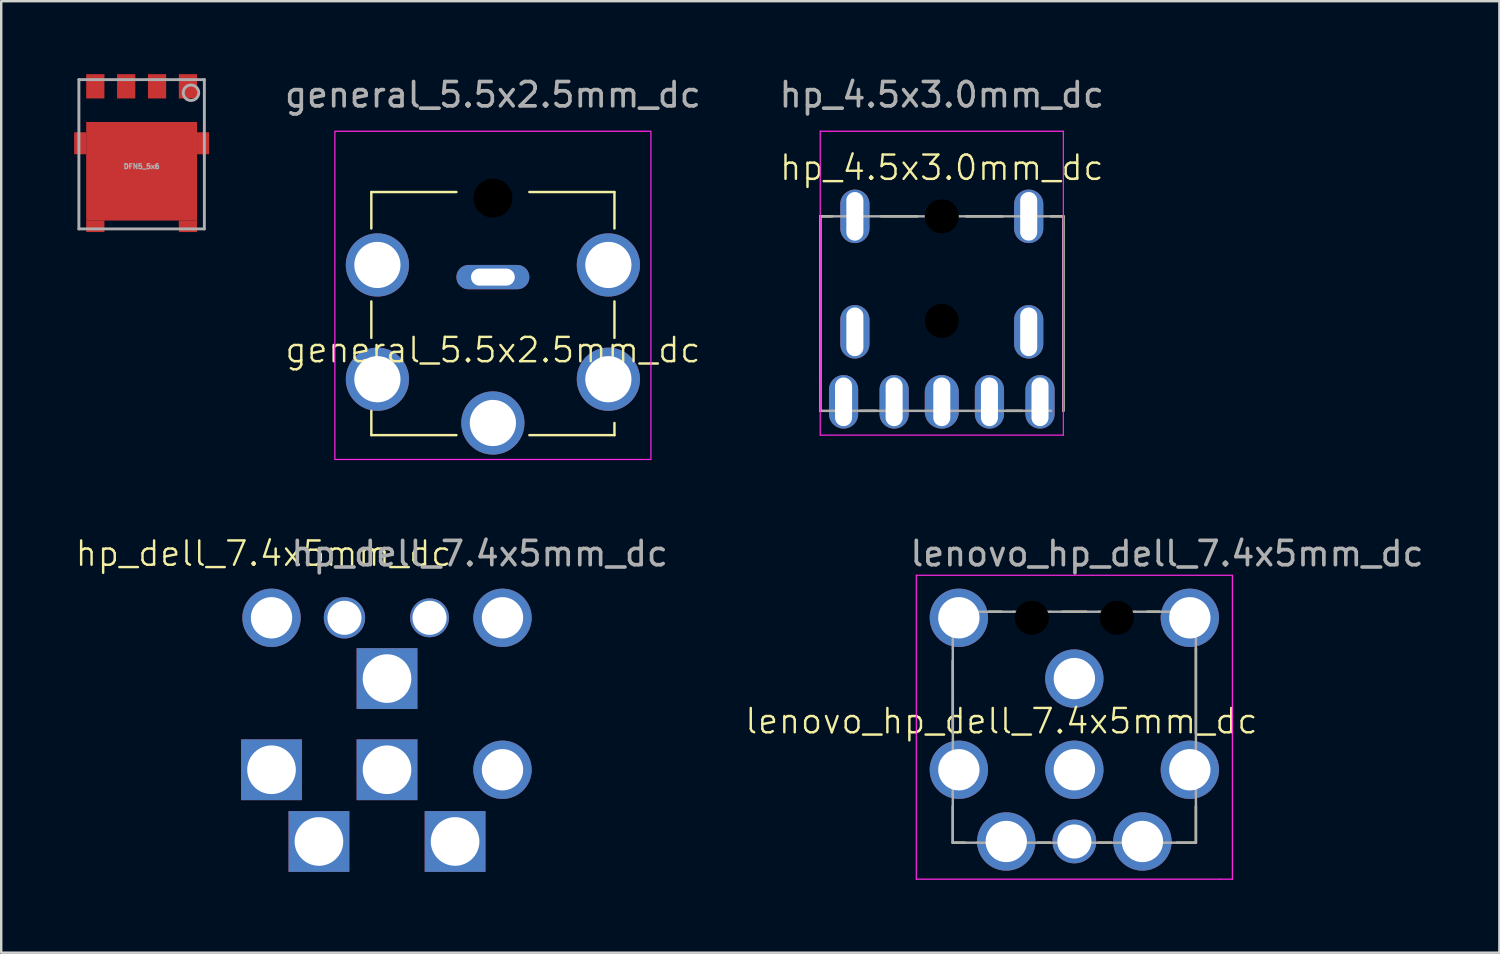
<source format=kicad_pcb>
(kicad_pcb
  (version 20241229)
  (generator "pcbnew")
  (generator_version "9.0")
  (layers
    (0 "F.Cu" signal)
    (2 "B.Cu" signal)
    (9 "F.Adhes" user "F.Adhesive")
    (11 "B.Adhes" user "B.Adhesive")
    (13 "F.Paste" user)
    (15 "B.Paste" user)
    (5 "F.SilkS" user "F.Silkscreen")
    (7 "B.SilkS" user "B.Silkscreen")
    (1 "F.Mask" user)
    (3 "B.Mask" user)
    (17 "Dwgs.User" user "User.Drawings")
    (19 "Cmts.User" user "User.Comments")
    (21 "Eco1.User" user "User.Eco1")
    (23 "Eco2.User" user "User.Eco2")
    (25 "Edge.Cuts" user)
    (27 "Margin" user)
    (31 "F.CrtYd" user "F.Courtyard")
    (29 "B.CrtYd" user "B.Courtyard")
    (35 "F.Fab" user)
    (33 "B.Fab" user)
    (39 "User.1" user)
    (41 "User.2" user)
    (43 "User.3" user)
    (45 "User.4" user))
  (footprint "lenovo_hp_dell_7.4x5mm_dc"
    (layer "F.Cu")
    (at 41.139 28.611)
    (property "Reference" "lenovo_hp_dell_7.4x5mm_dc" (at -3 -2 0) (unlocked yes) (layer "F.SilkS") (effects (font (size 1 1) (thickness 0.1))))
    (attr through_hole)
    (fp_line (start -5 -1.5) (end -5 -4.5) (stroke (width 0.1) (type default)) (layer "F.SilkS"))
    (fp_line (start -5 1.5) (end -5 3) (stroke (width 0.1) (type default)) (layer "F.SilkS"))
    (fp_line (start -5 3) (end -4.5 3) (stroke (width 0.1) (type default)) (layer "F.SilkS"))
    (fp_line (start -3.5 -6.5) (end -3 -6.5) (stroke (width 0.1) (type default)) (layer "F.SilkS"))
    (fp_line (start -1 3) (end -1.5 3) (stroke (width 0.1) (type default)) (layer "F.SilkS"))
    (fp_line (start -0.5 -6.5) (end 0.5 -6.5) (stroke (width 0.1) (type default)) (layer "F.SilkS"))
    (fp_line (start 1.5 3) (end 1 3) (stroke (width 0.1) (type default)) (layer "F.SilkS"))
    (fp_line (start 3 -6.5) (end 3.5 -6.5) (stroke (width 0.1) (type default)) (layer "F.SilkS"))
    (fp_line (start 5 -5) (end 5 -1.5) (stroke (width 0.1) (type default)) (layer "F.SilkS"))
    (fp_line (start 5 1.5) (end 5 3) (stroke (width 0.1) (type default)) (layer "F.SilkS"))
    (fp_line (start 5 3) (end 4.209 3) (stroke (width 0.1) (type default)) (layer "F.SilkS"))
    (fp_line (start -6.5 -8) (end -6.5 4.5) (stroke (width 0.05) (type default)) (layer "F.CrtYd"))
    (fp_line (start -6.5 -8) (end 6.5 -8) (stroke (width 0.05) (type default)) (layer "F.CrtYd"))
    (fp_line (start -6.5 4.5) (end 6 4.5) (stroke (width 0.05) (type default)) (layer "F.CrtYd"))
    (fp_line (start 6.5 -8) (end 6.5 4.5) (stroke (width 0.05) (type default)) (layer "F.CrtYd"))
    (fp_line (start 6.5 4.5) (end 6 4.5) (stroke (width 0.05) (type default)) (layer "F.CrtYd"))
    (fp_line (start -5 -6.5) (end -5 -5) (stroke (width 0.1) (type default)) (layer "F.Fab"))
    (fp_line (start -5 -5) (end -4.996 -1.251) (stroke (width 0.1) (type default)) (layer "F.Fab"))
    (fp_line (start -5 1) (end -5 3) (stroke (width 0.1) (type default)) (layer "F.Fab"))
    (fp_line (start -5 3) (end -4 3) (stroke (width 0.1) (type default)) (layer "F.Fab"))
    (fp_line (start -4.996 -1.251) (end -5 1) (stroke (width 0.1) (type default)) (layer "F.Fab"))
    (fp_line (start -4 3) (end -1.5 3) (stroke (width 0.1) (type default)) (layer "F.Fab"))
    (fp_line (start -3.5 -6.5) (end -5 -6.5) (stroke (width 0.1) (type default)) (layer "F.Fab"))
    (fp_line (start -2.5 -6.5) (end -3.5 -6.5) (stroke (width 0.1) (type default)) (layer "F.Fab"))
    (fp_line (start -1.5 3) (end -1 3) (stroke (width 0.1) (type default)) (layer "F.Fab"))
    (fp_line (start -1 -6.5) (end -2.5 -6.5) (stroke (width 0.1) (type default)) (layer "F.Fab"))
    (fp_line (start -1 3) (end 1 3) (stroke (width 0.1) (type default)) (layer "F.Fab"))
    (fp_line (start 1 -6.5) (end -1 -6.5) (stroke (width 0.1) (type default)) (layer "F.Fab"))
    (fp_line (start 1 3) (end 1.5 3) (stroke (width 0.1) (type default)) (layer "F.Fab"))
    (fp_line (start 1.5 3) (end 4 3) (stroke (width 0.1) (type default)) (layer "F.Fab"))
    (fp_line (start 2.5 -6.5) (end 1 -6.5) (stroke (width 0.1) (type default)) (layer "F.Fab"))
    (fp_line (start 4 3) (end 5 3) (stroke (width 0.1) (type default)) (layer "F.Fab"))
    (fp_line (start 5 -6.5) (end 2.5 -6.5) (stroke (width 0.1) (type default)) (layer "F.Fab"))
    (fp_line (start 5 -5) (end 5 -6.5) (stroke (width 0.1) (type default)) (layer "F.Fab"))
    (fp_line (start 5 -1) (end 5 -5) (stroke (width 0.1) (type default)) (layer "F.Fab"))
    (fp_line (start 5 1) (end 5 -1) (stroke (width 0.1) (type default)) (layer "F.Fab"))
    (fp_line (start 5 3) (end 5 1) (stroke (width 0.1) (type default)) (layer "F.Fab"))
    (fp_text user "${REFERENCE}" (at 3.81 -8.89 0) (unlocked yes) (layer "F.Fab") (effects (font (size 1 1) (thickness 0.15))))
    (pad "" np_thru_hole circle (at -1.75 -6.25) (size 1.7 1.7) (drill 1.4) (layers "*.Mask"))
    (pad "" np_thru_hole circle (at 1.75 -6.25) (size 1.7 1.7) (drill 1.4) (layers "*.Mask"))
    (pad "1" thru_hole circle (at -4.75 -6.25) (size 2.4 2.4) (drill 1.7) (layers "*.Cu" "*.Mask"))
    (pad "1" thru_hole circle (at -4.75 0) (size 2.4 2.4) (drill 1.7) (layers "*.Cu" "*.Mask"))
    (pad "1" thru_hole circle (at 4.75 -6.25) (size 2.4 2.4) (drill 1.7) (layers "*.Cu" "*.Mask"))
    (pad "1" thru_hole circle (at 4.75 0) (size 2.4 2.4) (drill 1.7) (layers "*.Cu" "*.Mask"))
    (pad "2" thru_hole circle (at 0 -3.75) (size 2.4 2.4) (drill 1.7) (layers "*.Cu" "*.Mask"))
    (pad "2" thru_hole circle (at 0 0) (size 2.4 2.4) (drill 1.7) (layers "*.Cu" "*.Mask"))
    (pad "3" thru_hole circle (at -2.8 2.95) (size 2.4 2.4) (drill 1.7) (layers "*.Cu" "*.Mask"))
    (pad "3" thru_hole circle (at 2.8 2.95) (size 2.4 2.4) (drill 1.7) (layers "*.Cu" "*.Mask"))
    (pad "4" thru_hole circle (at 0 2.95) (size 1.8 1.8) (drill 1.4) (layers "*.Cu" "*.Mask")))
  (footprint "hp_4.5x3.0mm_dc"
    (layer "F.Cu")
    (at 35.687 5.848)
    (property "Reference" "hp_4.5x3.0mm_dc" (at 0 -2 0) (unlocked yes) (layer "F.SilkS") (effects (font (size 1 1) (thickness 0.1))))
    (attr through_hole)
    (fp_line (start -5 0) (end -4.5 0) (stroke (width 0.1) (type default)) (layer "F.SilkS"))
    (fp_line (start -5 8) (end -5 0) (stroke (width 0.1) (type default)) (layer "F.SilkS"))
    (fp_line (start -2.684 8) (end -3.359 8.001) (stroke (width 0.1) (type default)) (layer "F.SilkS"))
    (fp_line (start -2.5 0) (end -1 0) (stroke (width 0.1) (type default)) (layer "F.SilkS"))
    (fp_line (start 1 0) (end 2.5 0) (stroke (width 0.1) (type default)) (layer "F.SilkS"))
    (fp_line (start 3.312 8) (end 2.652 8) (stroke (width 0.1) (type default)) (layer "F.SilkS"))
    (fp_line (start 4.5 0) (end 5 0) (stroke (width 0.1) (type default)) (layer "F.SilkS"))
    (fp_line (start 5 0) (end 5 8) (stroke (width 0.1) (type default)) (layer "F.SilkS"))
    (fp_line (start -5 -3.5) (end -5 9) (stroke (width 0.05) (type default)) (layer "F.CrtYd"))
    (fp_line (start -5 9) (end 5 9) (stroke (width 0.05) (type default)) (layer "F.CrtYd"))
    (fp_line (start 5 -3.5) (end -5 -3.5) (stroke (width 0.05) (type default)) (layer "F.CrtYd"))
    (fp_line (start 5 9) (end 5 -3.5) (stroke (width 0.05) (type default)) (layer "F.CrtYd"))
    (fp_line (start -5 0) (end -3 0) (stroke (width 0.1) (type default)) (layer "F.Fab"))
    (fp_line (start -5 8) (end -5 0) (stroke (width 0.1) (type default)) (layer "F.Fab"))
    (fp_line (start -4.5 8) (end -5 8) (stroke (width 0.1) (type default)) (layer "F.Fab"))
    (fp_line (start -3 0) (end 4.5 0) (stroke (width 0.1) (type default)) (layer "F.Fab"))
    (fp_line (start 4.5 0) (end 5 0) (stroke (width 0.1) (type default)) (layer "F.Fab"))
    (fp_line (start 4.5 8) (end -4.5 8) (stroke (width 0.1) (type default)) (layer "F.Fab"))
    (fp_line (start 5 0) (end 5 8) (stroke (width 0.1) (type default)) (layer "F.Fab"))
    (fp_text user "${REFERENCE}" (at 0 -5 0) (unlocked yes) (layer "F.Fab") (effects (font (size 1 1) (thickness 0.15))))
    (pad "" np_thru_hole circle (at 0 0) (size 1.7 1.7) (drill 1.4) (layers "*.Mask"))
    (pad "" np_thru_hole circle (at 0 4.3) (size 1.7 1.7) (drill 1.4) (layers "*.Mask"))
    (pad "1" thru_hole oval (at -3.575 0) (size 1.2 2.2) (drill oval 0.7 2) (layers "*.Cu" "*.Mask"))
    (pad "1" thru_hole oval (at -3.575 4.75) (size 1.2 2.2) (drill oval 0.7 2) (layers "*.Cu" "*.Mask"))
    (pad "1" thru_hole oval (at 3.575 0) (size 1.2 2.2) (drill oval 0.7 2) (layers "*.Cu" "*.Mask"))
    (pad "1" thru_hole oval (at 3.575 4.75) (size 1.2 2.2) (drill oval 0.7 2) (layers "*.Cu" "*.Mask"))
    (pad "2" thru_hole oval (at -4.04 7.63) (size 1.2 2.2) (drill oval 0.7 2) (layers "*.Cu" "*.Mask"))
    (pad "2" thru_hole oval (at 4.04 7.63) (size 1.2 2.2) (drill oval 0.7 2) (layers "*.Cu" "*.Mask"))
    (pad "3" thru_hole oval (at -1.96 7.63) (size 1.2 2.2) (drill oval 0.7 2) (layers "*.Cu" "*.Mask"))
    (pad "3" thru_hole oval (at 1.96 7.63) (size 1.2 2.2) (drill oval 0.7 2) (layers "*.Cu" "*.Mask"))
    (pad "4" thru_hole oval (at 0 7.63) (size 1.4 2.2) (drill oval 0.7 2) (layers "*.Cu" "*.Mask")))
  (footprint "DFN5_5x6"
    (layer "F.Cu")
    (at 2.775 3.295)
    (property "Reference" "DFN5_5x6" (at 0 0.5 0) (layer "F.Fab") (effects (font (size 0.2 0.2) (thickness 0.05))))
    (attr through_hole)
    (fp_line (start -2.58 -3.07) (end 2.58 -3.07) (stroke (width 0.12) (type solid)) (layer "F.Fab"))
    (fp_line (start -2.58 3.07) (end -2.58 -3.07) (stroke (width 0.12) (type solid)) (layer "F.Fab"))
    (fp_line (start 2.58 -3.07) (end 2.58 3.07) (stroke (width 0.12) (type solid)) (layer "F.Fab"))
    (fp_line (start 2.58 3.07) (end -2.58 3.07) (stroke (width 0.12) (type solid)) (layer "F.Fab"))
    (fp_circle (center 2.03 -2.53) (end 2.25 -2.76) (stroke (width 0.12) (type solid)) (fill no) (layer "F.Fab"))
    (pad "1" smd rect (at -0.635 -2.795) (size 0.75 1) (layers "F.Cu" "F.Mask" "F.Paste"))
    (pad "1" smd rect (at 0.635 -2.795) (size 0.75 1) (layers "F.Cu" "F.Mask" "F.Paste"))
    (pad "1" smd rect (at 1.905 -2.795) (size 0.75 1) (layers "F.Cu" "F.Mask" "F.Paste"))
    (pad "2" smd rect (at -1.905 -2.795) (size 0.75 1) (layers "F.Cu" "F.Mask" "F.Paste"))
    (pad "3" smd rect (at -2.527 -0.453) (size 0.495 0.905) (layers "F.Cu" "F.Mask" "F.Paste"))
    (pad "3" smd rect (at -1.905 2.962) (size 0.75 0.475) (layers "F.Cu" "F.Mask" "F.Paste"))
    (pad "3" smd rect (at 0 0.7) (size 4.56 4.055) (layers "F.Cu" "F.Mask" "F.Paste"))
    (pad "3" smd rect (at 1.905 2.962) (size 0.75 0.475) (layers "F.Cu" "F.Mask" "F.Paste"))
    (pad "3" smd rect (at 2.527 -0.453) (size 0.495 0.905) (layers "F.Cu" "F.Mask" "F.Paste")))
  (footprint "general_5.5x2.5mm_dc"
    (layer "F.Cu")
    (at 17.223 2.348)
    (property "Reference" "general_5.5x2.5mm_dc" (at 0 9 0) (unlocked yes) (layer "F.SilkS") (effects (font (size 1 1) (thickness 0.1))))
    (attr through_hole)
    (fp_line (start -5 2.5) (end -5 4) (stroke (width 0.1) (type default)) (layer "F.SilkS"))
    (fp_line (start -5 2.5) (end -1.5 2.5) (stroke (width 0.1) (type default)) (layer "F.SilkS"))
    (fp_line (start -5 7) (end -5 8.5) (stroke (width 0.1) (type default)) (layer "F.SilkS"))
    (fp_line (start -5 11.5) (end -5 12.5) (stroke (width 0.1) (type default)) (layer "F.SilkS"))
    (fp_line (start -5 12.5) (end -1.5 12.5) (stroke (width 0.1) (type default)) (layer "F.SilkS"))
    (fp_line (start 1.5 2.5) (end 5 2.5) (stroke (width 0.1) (type default)) (layer "F.SilkS"))
    (fp_line (start 1.5 12.5) (end 5 12.5) (stroke (width 0.1) (type default)) (layer "F.SilkS"))
    (fp_line (start 5 2.5) (end 5 4) (stroke (width 0.1) (type default)) (layer "F.SilkS"))
    (fp_line (start 5 8.5) (end 5 7) (stroke (width 0.1) (type default)) (layer "F.SilkS"))
    (fp_line (start 5 12.5) (end 5 12) (stroke (width 0.1) (type default)) (layer "F.SilkS"))
    (fp_rect (start -6.5 0) (end 6.5 13.5) (stroke (width 0.05) (type default)) (fill no) (layer "F.CrtYd"))
    (fp_text user "${REFERENCE}" (at 0 -1.5 0) (unlocked yes) (layer "F.Fab") (effects (font (size 1 1) (thickness 0.15))))
    (pad "" np_thru_hole circle (at 0 2.75) (size 2.2 2.2) (drill 1.6) (layers "*.Mask"))
    (pad "1" thru_hole circle (at -4.75 5.5) (size 2.6 2.6) (drill 1.9) (layers "*.Cu" "*.Mask"))
    (pad "1" thru_hole circle (at -4.75 10.2) (size 2.6 2.6) (drill 1.9) (layers "*.Cu" "*.Mask"))
    (pad "1" thru_hole circle (at 4.75 5.5) (size 2.6 2.6) (drill 1.9) (layers "*.Cu" "*.Mask"))
    (pad "1" thru_hole circle (at 4.75 10.2) (size 2.6 2.6) (drill 1.9) (layers "*.Cu" "*.Mask"))
    (pad "2" thru_hole oval (at 0 6) (size 3 1) (drill oval 1.8 0.7) (layers "*.Cu" "*.Mask"))
    (pad "3" thru_hole circle (at 0 12) (size 2.6 2.6) (drill 1.9) (layers "*.Cu" "*.Mask")))
  (footprint "hp_dell_7.4x5mm_dc"
    (layer "F.Cu")
    (at 12.868 28.611)
    (property "Reference" "hp_dell_7.4x5mm_dc" (at -5.08 -8.89 0) (unlocked yes) (layer "F.SilkS") (effects (font (size 1 1) (thickness 0.1))))
    (attr through_hole)
    (fp_text user "${REFERENCE}" (at 3.81 -8.89 0) (unlocked yes) (layer "F.Fab") (effects (font (size 1 1) (thickness 0.15))))
    (pad "" thru_hole circle (at -1.75 -6.25) (size 1.7 1.7) (drill 1.4) (layers "*.Cu" "*.Mask") (remove_unused_layers yes) (keep_end_layers yes) (zone_layer_connections))
    (pad "" thru_hole circle (at 1.75 -6.25) (size 1.6 1.6) (drill 1.4) (layers "*.Cu" "*.Mask"))
    (pad "1" thru_hole rect (at -4.75 0) (size 2.5 2.5) (drill 2) (layers "*.Cu" "*.Mask"))
    (pad "1" thru_hole rect (at -2.8 2.95) (size 2.5 2.5) (drill 2) (layers "*.Cu" "*.Mask"))
    (pad "1" thru_hole rect (at 0 -3.75) (size 2.5 2.5) (drill 2) (layers "*.Cu" "*.Mask"))
    (pad "1" thru_hole rect (at 0 0) (size 2.5 2.5) (drill 2) (layers "*.Cu" "*.Mask"))
    (pad "1" thru_hole rect (at 2.8 2.95) (size 2.5 2.5) (drill 2) (layers "*.Cu" "*.Mask"))
    (pad "1" thru_hole circle (at 4.75 0) (size 2.4 2.4) (drill 1.7) (layers "*.Cu" "*.Mask"))
    (pad "6" thru_hole circle (at -4.75 -6.25) (size 2.4 2.4) (drill 1.7) (layers "*.Cu" "*.Mask"))
    (pad "7" thru_hole circle (at 4.75 -6.25) (size 2.4 2.4) (drill 1.7) (layers "*.Cu" "*.Mask")))
  (gr_rect
    (start -3 -3)
    (end 58.621 36.136)
    (stroke (width 0.1) (type default))
    (fill no)
    (layer "Edge.Cuts")))
</source>
